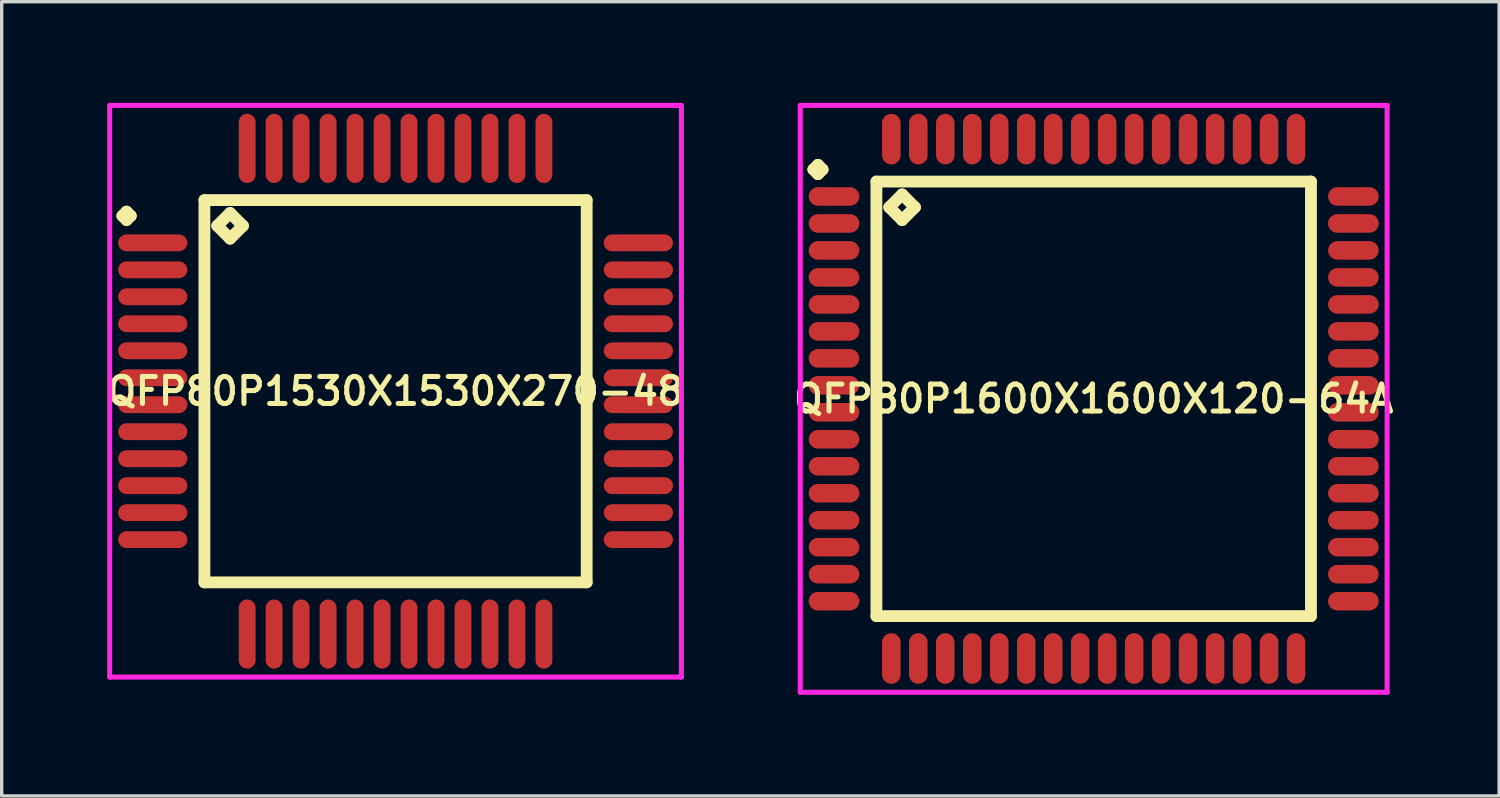
<source format=kicad_pcb>
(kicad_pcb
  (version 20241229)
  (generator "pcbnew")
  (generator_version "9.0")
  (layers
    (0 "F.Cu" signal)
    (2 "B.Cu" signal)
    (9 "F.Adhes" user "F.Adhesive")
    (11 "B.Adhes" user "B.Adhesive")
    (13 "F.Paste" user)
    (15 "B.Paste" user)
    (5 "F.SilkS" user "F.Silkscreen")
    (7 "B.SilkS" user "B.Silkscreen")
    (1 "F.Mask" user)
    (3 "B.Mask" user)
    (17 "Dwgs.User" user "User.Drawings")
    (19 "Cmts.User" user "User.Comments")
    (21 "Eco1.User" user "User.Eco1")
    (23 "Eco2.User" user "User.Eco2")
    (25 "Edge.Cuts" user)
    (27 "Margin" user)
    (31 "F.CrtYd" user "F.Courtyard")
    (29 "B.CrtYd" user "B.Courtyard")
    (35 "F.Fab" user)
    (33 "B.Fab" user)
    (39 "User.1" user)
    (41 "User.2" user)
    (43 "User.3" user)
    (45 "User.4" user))
  (footprint "QFP80P1530X1530X270-48"
    (layer "F.Cu")
    (at 8.678 8.55)
    (property "Reference" "QFP80P1530X1530X270-48" (at 0 0 0) (layer "F.SilkS") (effects (font (size 0.8 0.8) (thickness 0.15))))
    (attr through_hole)
    (fp_line (start -8.1 -5.2) (end -7.975 -5.325) (stroke (width 0.35) (type solid)) (layer "F.SilkS"))
    (fp_line (start -7.975 -5.325) (end -7.85 -5.2) (stroke (width 0.35) (type solid)) (layer "F.SilkS"))
    (fp_line (start -7.975 -5.075) (end -8.1 -5.2) (stroke (width 0.35) (type solid)) (layer "F.SilkS"))
    (fp_line (start -7.85 -5.2) (end -7.975 -5.075) (stroke (width 0.35) (type solid)) (layer "F.SilkS"))
    (fp_line (start -5.667 -5.667) (end -5.667 5.667) (stroke (width 0.35) (type solid)) (layer "F.SilkS"))
    (fp_line (start -5.667 5.667) (end 5.667 5.667) (stroke (width 0.35) (type solid)) (layer "F.SilkS"))
    (fp_line (start -5.286 -4.905) (end -4.905 -5.286) (stroke (width 0.35) (type solid)) (layer "F.SilkS"))
    (fp_line (start -4.905 -5.286) (end -4.524 -4.905) (stroke (width 0.35) (type solid)) (layer "F.SilkS"))
    (fp_line (start -4.905 -4.524) (end -5.286 -4.905) (stroke (width 0.35) (type solid)) (layer "F.SilkS"))
    (fp_line (start -4.524 -4.905) (end -4.905 -4.524) (stroke (width 0.35) (type solid)) (layer "F.SilkS"))
    (fp_line (start 5.667 -5.667) (end -5.667 -5.667) (stroke (width 0.35) (type solid)) (layer "F.SilkS"))
    (fp_line (start 5.667 5.667) (end 5.667 -5.667) (stroke (width 0.35) (type solid)) (layer "F.SilkS"))
    (fp_line (start -8.475 -8.475) (end 8.475 -8.475) (stroke (width 0.15) (type solid)) (layer "F.CrtYd"))
    (fp_line (start -8.475 8.475) (end -8.475 -8.475) (stroke (width 0.15) (type solid)) (layer "F.CrtYd"))
    (fp_line (start 8.475 -8.475) (end 8.475 8.475) (stroke (width 0.15) (type solid)) (layer "F.CrtYd"))
    (fp_line (start 8.475 8.475) (end -8.475 8.475) (stroke (width 0.15) (type solid)) (layer "F.CrtYd"))
    (pad "1" smd oval (at -7.2 -4.4) (size 2.05 0.5) (layers "F.Cu" "F.Mask" "F.Paste"))
    (pad "2" smd oval (at -7.2 -3.6) (size 2.05 0.5) (layers "F.Cu" "F.Mask" "F.Paste"))
    (pad "3" smd oval (at -7.2 -2.8) (size 2.05 0.5) (layers "F.Cu" "F.Mask" "F.Paste"))
    (pad "4" smd oval (at -7.2 -2) (size 2.05 0.5) (layers "F.Cu" "F.Mask" "F.Paste"))
    (pad "5" smd oval (at -7.2 -1.2) (size 2.05 0.5) (layers "F.Cu" "F.Mask" "F.Paste"))
    (pad "6" smd oval (at -7.2 -0.4) (size 2.05 0.5) (layers "F.Cu" "F.Mask" "F.Paste"))
    (pad "7" smd oval (at -7.2 0.4) (size 2.05 0.5) (layers "F.Cu" "F.Mask" "F.Paste"))
    (pad "8" smd oval (at -7.2 1.2) (size 2.05 0.5) (layers "F.Cu" "F.Mask" "F.Paste"))
    (pad "9" smd oval (at -7.2 2) (size 2.05 0.5) (layers "F.Cu" "F.Mask" "F.Paste"))
    (pad "10" smd oval (at -7.2 2.8) (size 2.05 0.5) (layers "F.Cu" "F.Mask" "F.Paste"))
    (pad "11" smd oval (at -7.2 3.6) (size 2.05 0.5) (layers "F.Cu" "F.Mask" "F.Paste"))
    (pad "12" smd oval (at -7.2 4.4) (size 2.05 0.5) (layers "F.Cu" "F.Mask" "F.Paste"))
    (pad "13" smd oval (at -4.4 7.2) (size 0.5 2.05) (layers "F.Cu" "F.Mask" "F.Paste"))
    (pad "14" smd oval (at -3.6 7.2) (size 0.5 2.05) (layers "F.Cu" "F.Mask" "F.Paste"))
    (pad "15" smd oval (at -2.8 7.2) (size 0.5 2.05) (layers "F.Cu" "F.Mask" "F.Paste"))
    (pad "16" smd oval (at -2 7.2) (size 0.5 2.05) (layers "F.Cu" "F.Mask" "F.Paste"))
    (pad "17" smd oval (at -1.2 7.2) (size 0.5 2.05) (layers "F.Cu" "F.Mask" "F.Paste"))
    (pad "18" smd oval (at -0.4 7.2) (size 0.5 2.05) (layers "F.Cu" "F.Mask" "F.Paste"))
    (pad "19" smd oval (at 0.4 7.2) (size 0.5 2.05) (layers "F.Cu" "F.Mask" "F.Paste"))
    (pad "20" smd oval (at 1.2 7.2) (size 0.5 2.05) (layers "F.Cu" "F.Mask" "F.Paste"))
    (pad "21" smd oval (at 2 7.2) (size 0.5 2.05) (layers "F.Cu" "F.Mask" "F.Paste"))
    (pad "22" smd oval (at 2.8 7.2) (size 0.5 2.05) (layers "F.Cu" "F.Mask" "F.Paste"))
    (pad "23" smd oval (at 3.6 7.2) (size 0.5 2.05) (layers "F.Cu" "F.Mask" "F.Paste"))
    (pad "24" smd oval (at 4.4 7.2) (size 0.5 2.05) (layers "F.Cu" "F.Mask" "F.Paste"))
    (pad "25" smd oval (at 7.2 4.4) (size 2.05 0.5) (layers "F.Cu" "F.Mask" "F.Paste"))
    (pad "26" smd oval (at 7.2 3.6) (size 2.05 0.5) (layers "F.Cu" "F.Mask" "F.Paste"))
    (pad "27" smd oval (at 7.2 2.8) (size 2.05 0.5) (layers "F.Cu" "F.Mask" "F.Paste"))
    (pad "28" smd oval (at 7.2 2) (size 2.05 0.5) (layers "F.Cu" "F.Mask" "F.Paste"))
    (pad "29" smd oval (at 7.2 1.2) (size 2.05 0.5) (layers "F.Cu" "F.Mask" "F.Paste"))
    (pad "30" smd oval (at 7.2 0.4) (size 2.05 0.5) (layers "F.Cu" "F.Mask" "F.Paste"))
    (pad "31" smd oval (at 7.2 -0.4) (size 2.05 0.5) (layers "F.Cu" "F.Mask" "F.Paste"))
    (pad "32" smd oval (at 7.2 -1.2) (size 2.05 0.5) (layers "F.Cu" "F.Mask" "F.Paste"))
    (pad "33" smd oval (at 7.2 -2) (size 2.05 0.5) (layers "F.Cu" "F.Mask" "F.Paste"))
    (pad "34" smd oval (at 7.2 -2.8) (size 2.05 0.5) (layers "F.Cu" "F.Mask" "F.Paste"))
    (pad "35" smd oval (at 7.2 -3.6) (size 2.05 0.5) (layers "F.Cu" "F.Mask" "F.Paste"))
    (pad "36" smd oval (at 7.2 -4.4) (size 2.05 0.5) (layers "F.Cu" "F.Mask" "F.Paste"))
    (pad "37" smd oval (at 4.4 -7.2) (size 0.5 2.05) (layers "F.Cu" "F.Mask" "F.Paste"))
    (pad "38" smd oval (at 3.6 -7.2) (size 0.5 2.05) (layers "F.Cu" "F.Mask" "F.Paste"))
    (pad "39" smd oval (at 2.8 -7.2) (size 0.5 2.05) (layers "F.Cu" "F.Mask" "F.Paste"))
    (pad "40" smd oval (at 2 -7.2) (size 0.5 2.05) (layers "F.Cu" "F.Mask" "F.Paste"))
    (pad "41" smd oval (at 1.2 -7.2) (size 0.5 2.05) (layers "F.Cu" "F.Mask" "F.Paste"))
    (pad "42" smd oval (at 0.4 -7.2) (size 0.5 2.05) (layers "F.Cu" "F.Mask" "F.Paste"))
    (pad "43" smd oval (at -0.4 -7.2) (size 0.5 2.05) (layers "F.Cu" "F.Mask" "F.Paste"))
    (pad "44" smd oval (at -1.2 -7.2) (size 0.5 2.05) (layers "F.Cu" "F.Mask" "F.Paste"))
    (pad "45" smd oval (at -2 -7.2) (size 0.5 2.05) (layers "F.Cu" "F.Mask" "F.Paste"))
    (pad "46" smd oval (at -2.8 -7.2) (size 0.5 2.05) (layers "F.Cu" "F.Mask" "F.Paste"))
    (pad "47" smd oval (at -3.6 -7.2) (size 0.5 2.05) (layers "F.Cu" "F.Mask" "F.Paste"))
    (pad "48" smd oval (at -4.4 -7.2) (size 0.5 2.05) (layers "F.Cu" "F.Mask" "F.Paste")))
  (footprint "QFP80P1600X1600X120-64A"
    (layer "F.Cu")
    (at 29.378 8.775)
    (property "Reference" "QFP80P1600X1600X120-64A" (at 0 0 0) (layer "F.SilkS") (effects (font (size 0.8 0.8) (thickness 0.15))))
    (attr smd)
    (fp_line (start -8.312 -6.8) (end -8.175 -6.938) (stroke (width 0.35) (type solid)) (layer "F.SilkS"))
    (fp_line (start -8.175 -6.938) (end -8.037 -6.8) (stroke (width 0.35) (type solid)) (layer "F.SilkS"))
    (fp_line (start -8.175 -6.662) (end -8.312 -6.8) (stroke (width 0.35) (type solid)) (layer "F.SilkS"))
    (fp_line (start -8.037 -6.8) (end -8.175 -6.662) (stroke (width 0.35) (type solid)) (layer "F.SilkS"))
    (fp_line (start -6.442 -6.442) (end -6.442 6.442) (stroke (width 0.35) (type solid)) (layer "F.SilkS"))
    (fp_line (start -6.442 6.442) (end 6.442 6.442) (stroke (width 0.35) (type solid)) (layer "F.SilkS"))
    (fp_line (start -6.061 -5.68) (end -5.68 -6.061) (stroke (width 0.35) (type solid)) (layer "F.SilkS"))
    (fp_line (start -5.68 -6.061) (end -5.299 -5.68) (stroke (width 0.35) (type solid)) (layer "F.SilkS"))
    (fp_line (start -5.68 -5.299) (end -6.061 -5.68) (stroke (width 0.35) (type solid)) (layer "F.SilkS"))
    (fp_line (start -5.299 -5.68) (end -5.68 -5.299) (stroke (width 0.35) (type solid)) (layer "F.SilkS"))
    (fp_line (start 6.442 -6.442) (end -6.442 -6.442) (stroke (width 0.35) (type solid)) (layer "F.SilkS"))
    (fp_line (start 6.442 6.442) (end 6.442 -6.442) (stroke (width 0.35) (type solid)) (layer "F.SilkS"))
    (fp_line (start -8.7 -8.7) (end 8.7 -8.7) (stroke (width 0.15) (type solid)) (layer "F.CrtYd"))
    (fp_line (start -8.7 8.7) (end -8.7 -8.7) (stroke (width 0.15) (type solid)) (layer "F.CrtYd"))
    (fp_line (start 8.7 -8.7) (end 8.7 8.7) (stroke (width 0.15) (type solid)) (layer "F.CrtYd"))
    (fp_line (start 8.7 8.7) (end -8.7 8.7) (stroke (width 0.15) (type solid)) (layer "F.CrtYd"))
    (pad "1" smd oval (at -7.7 -6) (size 1.5 0.55) (layers "F.Cu" "F.Mask" "F.Paste"))
    (pad "2" smd oval (at -7.7 -5.2) (size 1.5 0.55) (layers "F.Cu" "F.Mask" "F.Paste"))
    (pad "3" smd oval (at -7.7 -4.4) (size 1.5 0.55) (layers "F.Cu" "F.Mask" "F.Paste"))
    (pad "4" smd oval (at -7.7 -3.6) (size 1.5 0.55) (layers "F.Cu" "F.Mask" "F.Paste"))
    (pad "5" smd oval (at -7.7 -2.8) (size 1.5 0.55) (layers "F.Cu" "F.Mask" "F.Paste"))
    (pad "6" smd oval (at -7.7 -2) (size 1.5 0.55) (layers "F.Cu" "F.Mask" "F.Paste"))
    (pad "7" smd oval (at -7.7 -1.2) (size 1.5 0.55) (layers "F.Cu" "F.Mask" "F.Paste"))
    (pad "8" smd oval (at -7.7 -0.4) (size 1.5 0.55) (layers "F.Cu" "F.Mask" "F.Paste"))
    (pad "9" smd oval (at -7.7 0.4) (size 1.5 0.55) (layers "F.Cu" "F.Mask" "F.Paste"))
    (pad "10" smd oval (at -7.7 1.2) (size 1.5 0.55) (layers "F.Cu" "F.Mask" "F.Paste"))
    (pad "11" smd oval (at -7.7 2) (size 1.5 0.55) (layers "F.Cu" "F.Mask" "F.Paste"))
    (pad "12" smd oval (at -7.7 2.8) (size 1.5 0.55) (layers "F.Cu" "F.Mask" "F.Paste"))
    (pad "13" smd oval (at -7.7 3.6) (size 1.5 0.55) (layers "F.Cu" "F.Mask" "F.Paste"))
    (pad "14" smd oval (at -7.7 4.4) (size 1.5 0.55) (layers "F.Cu" "F.Mask" "F.Paste"))
    (pad "15" smd oval (at -7.7 5.2) (size 1.5 0.55) (layers "F.Cu" "F.Mask" "F.Paste"))
    (pad "16" smd oval (at -7.7 6) (size 1.5 0.55) (layers "F.Cu" "F.Mask" "F.Paste"))
    (pad "17" smd oval (at -6 7.7) (size 0.55 1.5) (layers "F.Cu" "F.Mask" "F.Paste"))
    (pad "18" smd oval (at -5.2 7.7) (size 0.55 1.5) (layers "F.Cu" "F.Mask" "F.Paste"))
    (pad "19" smd oval (at -4.4 7.7) (size 0.55 1.5) (layers "F.Cu" "F.Mask" "F.Paste"))
    (pad "20" smd oval (at -3.6 7.7) (size 0.55 1.5) (layers "F.Cu" "F.Mask" "F.Paste"))
    (pad "21" smd oval (at -2.8 7.7) (size 0.55 1.5) (layers "F.Cu" "F.Mask" "F.Paste"))
    (pad "22" smd oval (at -2 7.7) (size 0.55 1.5) (layers "F.Cu" "F.Mask" "F.Paste"))
    (pad "23" smd oval (at -1.2 7.7) (size 0.55 1.5) (layers "F.Cu" "F.Mask" "F.Paste"))
    (pad "24" smd oval (at -0.4 7.7) (size 0.55 1.5) (layers "F.Cu" "F.Mask" "F.Paste"))
    (pad "25" smd oval (at 0.4 7.7) (size 0.55 1.5) (layers "F.Cu" "F.Mask" "F.Paste"))
    (pad "26" smd oval (at 1.2 7.7) (size 0.55 1.5) (layers "F.Cu" "F.Mask" "F.Paste"))
    (pad "27" smd oval (at 2 7.7) (size 0.55 1.5) (layers "F.Cu" "F.Mask" "F.Paste"))
    (pad "28" smd oval (at 2.8 7.7) (size 0.55 1.5) (layers "F.Cu" "F.Mask" "F.Paste"))
    (pad "29" smd oval (at 3.6 7.7) (size 0.55 1.5) (layers "F.Cu" "F.Mask" "F.Paste"))
    (pad "30" smd oval (at 4.4 7.7) (size 0.55 1.5) (layers "F.Cu" "F.Mask" "F.Paste"))
    (pad "31" smd oval (at 5.2 7.7) (size 0.55 1.5) (layers "F.Cu" "F.Mask" "F.Paste"))
    (pad "32" smd oval (at 6 7.7) (size 0.55 1.5) (layers "F.Cu" "F.Mask" "F.Paste"))
    (pad "33" smd oval (at 7.7 6) (size 1.5 0.55) (layers "F.Cu" "F.Mask" "F.Paste"))
    (pad "34" smd oval (at 7.7 5.2) (size 1.5 0.55) (layers "F.Cu" "F.Mask" "F.Paste"))
    (pad "35" smd oval (at 7.7 4.4) (size 1.5 0.55) (layers "F.Cu" "F.Mask" "F.Paste"))
    (pad "36" smd oval (at 7.7 3.6) (size 1.5 0.55) (layers "F.Cu" "F.Mask" "F.Paste"))
    (pad "37" smd oval (at 7.7 2.8) (size 1.5 0.55) (layers "F.Cu" "F.Mask" "F.Paste"))
    (pad "38" smd oval (at 7.7 2) (size 1.5 0.55) (layers "F.Cu" "F.Mask" "F.Paste"))
    (pad "39" smd oval (at 7.7 1.2) (size 1.5 0.55) (layers "F.Cu" "F.Mask" "F.Paste"))
    (pad "40" smd oval (at 7.7 0.4) (size 1.5 0.55) (layers "F.Cu" "F.Mask" "F.Paste"))
    (pad "41" smd oval (at 7.7 -0.4) (size 1.5 0.55) (layers "F.Cu" "F.Mask" "F.Paste"))
    (pad "42" smd oval (at 7.7 -1.2) (size 1.5 0.55) (layers "F.Cu" "F.Mask" "F.Paste"))
    (pad "43" smd oval (at 7.7 -2) (size 1.5 0.55) (layers "F.Cu" "F.Mask" "F.Paste"))
    (pad "44" smd oval (at 7.7 -2.8) (size 1.5 0.55) (layers "F.Cu" "F.Mask" "F.Paste"))
    (pad "45" smd oval (at 7.7 -3.6) (size 1.5 0.55) (layers "F.Cu" "F.Mask" "F.Paste"))
    (pad "46" smd oval (at 7.7 -4.4) (size 1.5 0.55) (layers "F.Cu" "F.Mask" "F.Paste"))
    (pad "47" smd oval (at 7.7 -5.2) (size 1.5 0.55) (layers "F.Cu" "F.Mask" "F.Paste"))
    (pad "48" smd oval (at 7.7 -6) (size 1.5 0.55) (layers "F.Cu" "F.Mask" "F.Paste"))
    (pad "49" smd oval (at 6 -7.7) (size 0.55 1.5) (layers "F.Cu" "F.Mask" "F.Paste"))
    (pad "50" smd oval (at 5.2 -7.7) (size 0.55 1.5) (layers "F.Cu" "F.Mask" "F.Paste"))
    (pad "51" smd oval (at 4.4 -7.7) (size 0.55 1.5) (layers "F.Cu" "F.Mask" "F.Paste"))
    (pad "52" smd oval (at 3.6 -7.7) (size 0.55 1.5) (layers "F.Cu" "F.Mask" "F.Paste"))
    (pad "53" smd oval (at 2.8 -7.7) (size 0.55 1.5) (layers "F.Cu" "F.Mask" "F.Paste"))
    (pad "54" smd oval (at 2 -7.7) (size 0.55 1.5) (layers "F.Cu" "F.Mask" "F.Paste"))
    (pad "55" smd oval (at 1.2 -7.7) (size 0.55 1.5) (layers "F.Cu" "F.Mask" "F.Paste"))
    (pad "56" smd oval (at 0.4 -7.7) (size 0.55 1.5) (layers "F.Cu" "F.Mask" "F.Paste"))
    (pad "57" smd oval (at -0.4 -7.7) (size 0.55 1.5) (layers "F.Cu" "F.Mask" "F.Paste"))
    (pad "58" smd oval (at -1.2 -7.7) (size 0.55 1.5) (layers "F.Cu" "F.Mask" "F.Paste"))
    (pad "59" smd oval (at -2 -7.7) (size 0.55 1.5) (layers "F.Cu" "F.Mask" "F.Paste"))
    (pad "60" smd oval (at -2.8 -7.7) (size 0.55 1.5) (layers "F.Cu" "F.Mask" "F.Paste"))
    (pad "61" smd oval (at -3.6 -7.7) (size 0.55 1.5) (layers "F.Cu" "F.Mask" "F.Paste"))
    (pad "62" smd oval (at -4.4 -7.7) (size 0.55 1.5) (layers "F.Cu" "F.Mask" "F.Paste"))
    (pad "63" smd oval (at -5.2 -7.7) (size 0.55 1.5) (layers "F.Cu" "F.Mask" "F.Paste"))
    (pad "64" smd oval (at -6 -7.7) (size 0.55 1.5) (layers "F.Cu" "F.Mask" "F.Paste")))
  (gr_rect
    (start -3 -3)
    (end 41.399 20.55)
    (stroke (width 0.1) (type default))
    (fill no)
    (layer "Edge.Cuts")))
</source>
